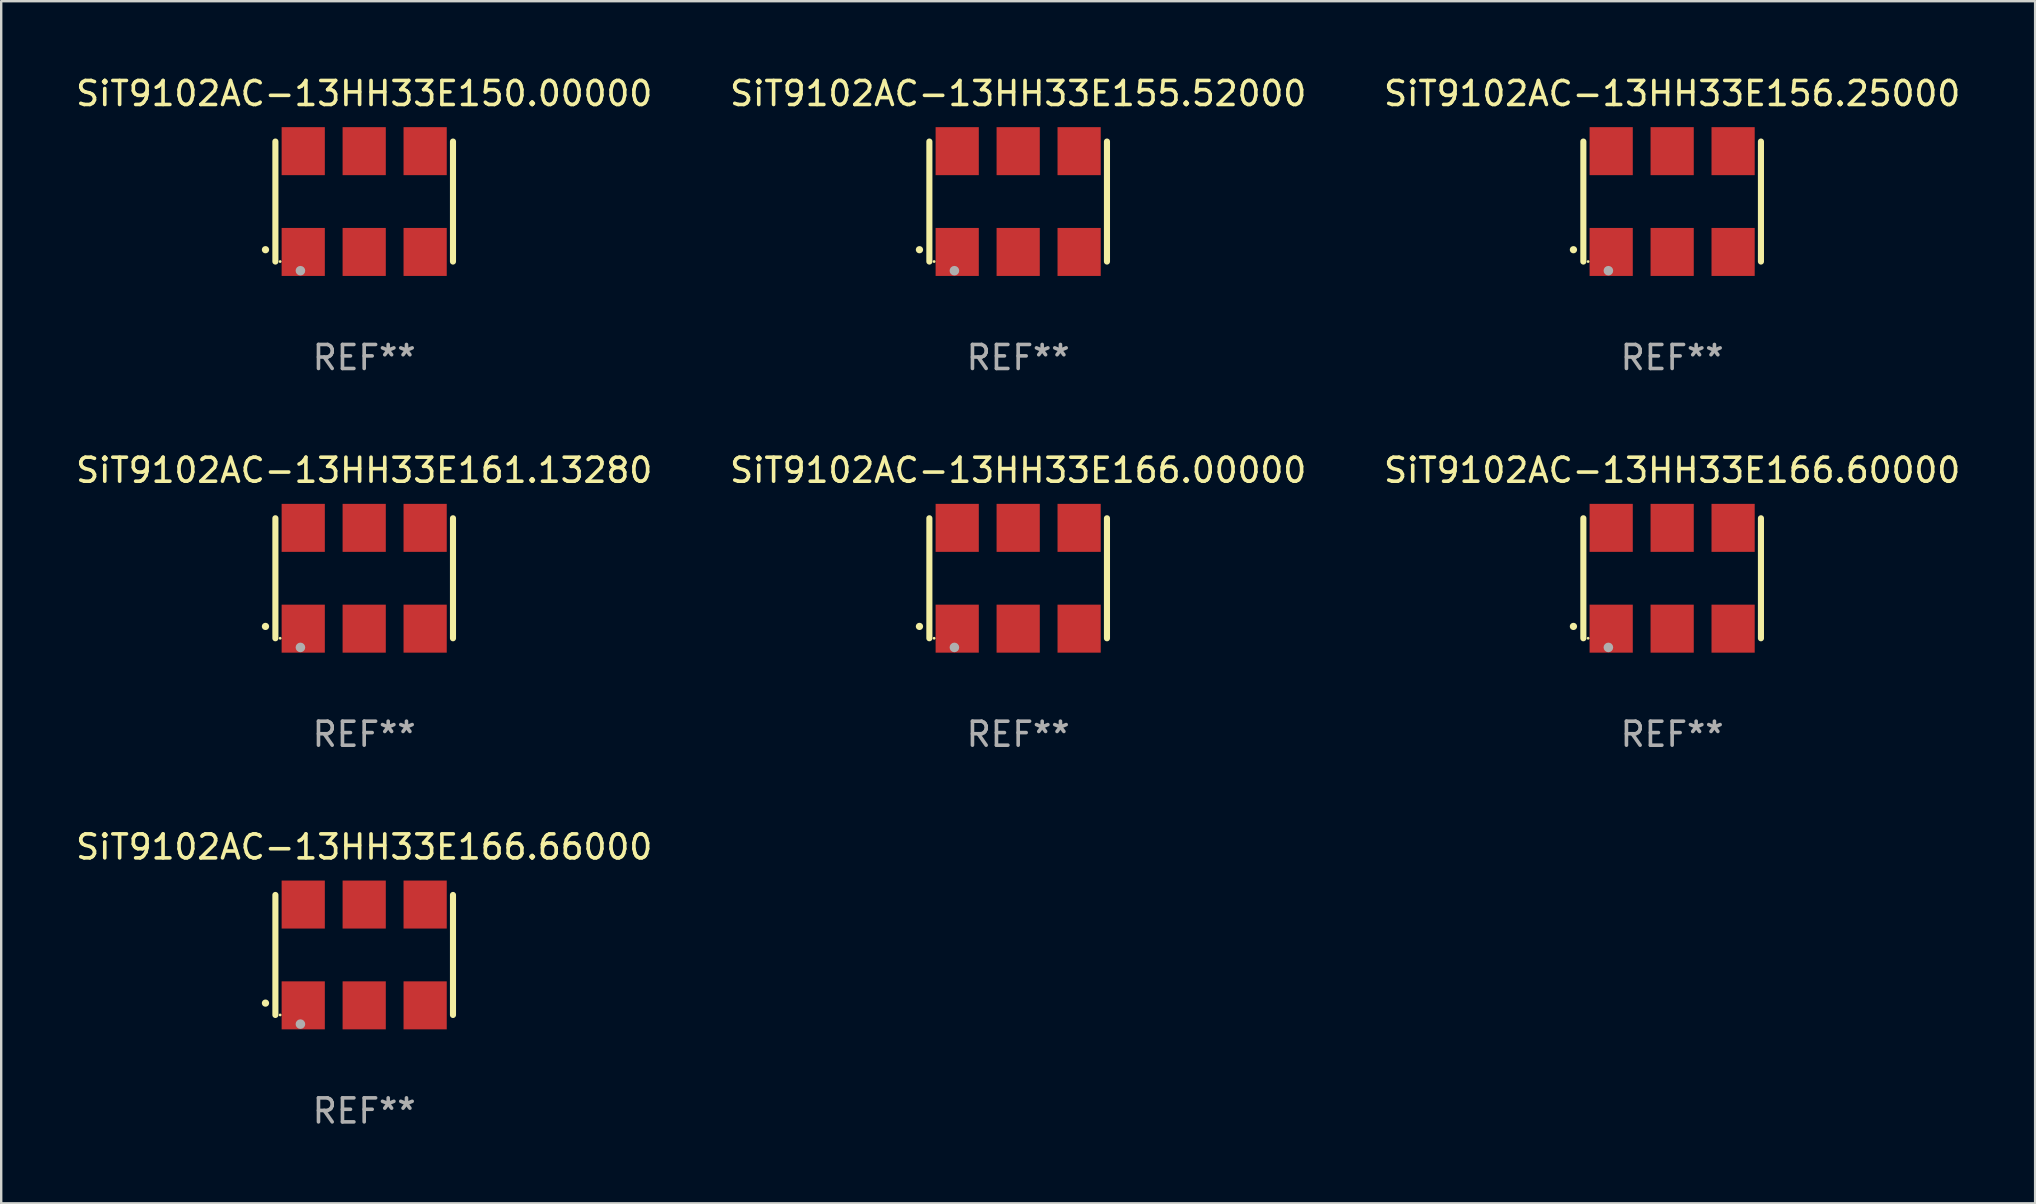
<source format=kicad_pcb>
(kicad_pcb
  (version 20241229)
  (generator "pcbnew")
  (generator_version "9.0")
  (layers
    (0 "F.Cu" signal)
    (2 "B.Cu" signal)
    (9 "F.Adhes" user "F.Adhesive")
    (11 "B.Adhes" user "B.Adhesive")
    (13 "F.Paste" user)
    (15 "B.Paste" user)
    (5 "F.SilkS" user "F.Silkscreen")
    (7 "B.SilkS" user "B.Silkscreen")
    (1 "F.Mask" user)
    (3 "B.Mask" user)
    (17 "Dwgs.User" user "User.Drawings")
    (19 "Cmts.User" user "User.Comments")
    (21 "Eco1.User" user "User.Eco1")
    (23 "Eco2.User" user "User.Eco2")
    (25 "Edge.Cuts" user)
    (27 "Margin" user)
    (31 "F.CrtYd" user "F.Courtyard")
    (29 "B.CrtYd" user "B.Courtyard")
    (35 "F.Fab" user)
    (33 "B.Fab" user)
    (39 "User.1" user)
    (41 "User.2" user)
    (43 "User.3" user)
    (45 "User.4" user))
  (footprint "SiT9102AC-13HH33E166.66000"
    (layer "F.Cu")
    (at 12.125 36.741)
    (property "Reference" "SiT9102AC-13HH33E166.66000" (at 0 -4.5 0) (layer "F.SilkS") (effects (font (size 1 1) (thickness 0.15))))
    (attr through_hole)
    (fp_line (start -3.7 -2.5) (end -3.7 2.5) (stroke (width 0.254) (type solid)) (layer "F.SilkS"))
    (fp_line (start 3.7 -2.5) (end 3.7 2.5) (stroke (width 0.254) (type solid)) (layer "F.SilkS"))
    (fp_arc (start -4.114415 2.006604) (mid -4.113145 2.006599) (end -4.111875 2.006604) (stroke (width 0.3) (type solid)) (layer "F.SilkS"))
    (fp_circle (center -3.502 2.5) (end -3.472 2.5) (stroke (width 0.06) (type solid)) (fill no) (layer "F.SilkS"))
    (fp_circle (center -2.657 2.882) (end -2.557 2.882) (stroke (width 0.2) (type solid)) (fill no) (layer "F.Fab"))
    (fp_text user "REF**" (at 0 6.5 0) (layer "F.Fab") (effects (font (size 1 1) (thickness 0.15))))
    (pad "1" smd rect (at -2.54 2.1) (size 1.8 2) (layers "F.Cu" "F.Mask" "F.Paste"))
    (pad "2" smd rect (at 0.000394 2.1) (size 1.8 2) (layers "F.Cu" "F.Mask" "F.Paste"))
    (pad "3" smd rect (at 2.54 2.1) (size 1.8 2) (layers "F.Cu" "F.Mask" "F.Paste"))
    (pad "4" smd rect (at 2.54 -2.1) (size 1.8 2) (layers "F.Cu" "F.Mask" "F.Paste"))
    (pad "5" smd rect (at 0.000394 -2.1) (size 1.8 2) (layers "F.Cu" "F.Mask" "F.Paste"))
    (pad "6" smd rect (at -2.54 -2.1) (size 1.8 2) (layers "F.Cu" "F.Mask" "F.Paste")))
  (footprint "SiT9102AC-13HH33E166.60000"
    (layer "F.Cu")
    (at 66.625 21.045)
    (property "Reference" "SiT9102AC-13HH33E166.60000" (at 0 -4.5 0) (layer "F.SilkS") (effects (font (size 1 1) (thickness 0.15))))
    (attr through_hole)
    (fp_line (start -3.7 -2.5) (end -3.7 2.5) (stroke (width 0.254) (type solid)) (layer "F.SilkS"))
    (fp_line (start 3.7 -2.5) (end 3.7 2.5) (stroke (width 0.254) (type solid)) (layer "F.SilkS"))
    (fp_arc (start -4.114415 2.006604) (mid -4.113145 2.006599) (end -4.111875 2.006604) (stroke (width 0.3) (type solid)) (layer "F.SilkS"))
    (fp_circle (center -3.502 2.5) (end -3.472 2.5) (stroke (width 0.06) (type solid)) (fill no) (layer "F.SilkS"))
    (fp_circle (center -2.657 2.882) (end -2.557 2.882) (stroke (width 0.2) (type solid)) (fill no) (layer "F.Fab"))
    (fp_text user "REF**" (at 0 6.5 0) (layer "F.Fab") (effects (font (size 1 1) (thickness 0.15))))
    (pad "1" smd rect (at -2.54 2.1) (size 1.8 2) (layers "F.Cu" "F.Mask" "F.Paste"))
    (pad "2" smd rect (at 0.000394 2.1) (size 1.8 2) (layers "F.Cu" "F.Mask" "F.Paste"))
    (pad "3" smd rect (at 2.54 2.1) (size 1.8 2) (layers "F.Cu" "F.Mask" "F.Paste"))
    (pad "4" smd rect (at 2.54 -2.1) (size 1.8 2) (layers "F.Cu" "F.Mask" "F.Paste"))
    (pad "5" smd rect (at 0.000394 -2.1) (size 1.8 2) (layers "F.Cu" "F.Mask" "F.Paste"))
    (pad "6" smd rect (at -2.54 -2.1) (size 1.8 2) (layers "F.Cu" "F.Mask" "F.Paste")))
  (footprint "SiT9102AC-13HH33E150.00000"
    (layer "F.Cu")
    (at 12.125 5.348)
    (property "Reference" "SiT9102AC-13HH33E150.00000" (at 0 -4.5 0) (layer "F.SilkS") (effects (font (size 1 1) (thickness 0.15))))
    (attr through_hole)
    (fp_line (start -3.7 -2.5) (end -3.7 2.5) (stroke (width 0.254) (type solid)) (layer "F.SilkS"))
    (fp_line (start 3.7 -2.5) (end 3.7 2.5) (stroke (width 0.254) (type solid)) (layer "F.SilkS"))
    (fp_arc (start -4.114415 2.006604) (mid -4.113145 2.006599) (end -4.111875 2.006604) (stroke (width 0.3) (type solid)) (layer "F.SilkS"))
    (fp_circle (center -3.502 2.5) (end -3.472 2.5) (stroke (width 0.06) (type solid)) (fill no) (layer "F.SilkS"))
    (fp_circle (center -2.657 2.882) (end -2.557 2.882) (stroke (width 0.2) (type solid)) (fill no) (layer "F.Fab"))
    (fp_text user "REF**" (at 0 6.5 0) (layer "F.Fab") (effects (font (size 1 1) (thickness 0.15))))
    (pad "1" smd rect (at -2.54 2.1) (size 1.8 2) (layers "F.Cu" "F.Mask" "F.Paste"))
    (pad "2" smd rect (at 0.000394 2.1) (size 1.8 2) (layers "F.Cu" "F.Mask" "F.Paste"))
    (pad "3" smd rect (at 2.54 2.1) (size 1.8 2) (layers "F.Cu" "F.Mask" "F.Paste"))
    (pad "4" smd rect (at 2.54 -2.1) (size 1.8 2) (layers "F.Cu" "F.Mask" "F.Paste"))
    (pad "5" smd rect (at 0.000394 -2.1) (size 1.8 2) (layers "F.Cu" "F.Mask" "F.Paste"))
    (pad "6" smd rect (at -2.54 -2.1) (size 1.8 2) (layers "F.Cu" "F.Mask" "F.Paste")))
  (footprint "SiT9102AC-13HH33E161.13280"
    (layer "F.Cu")
    (at 12.125 21.045)
    (property "Reference" "SiT9102AC-13HH33E161.13280" (at 0 -4.5 0) (layer "F.SilkS") (effects (font (size 1 1) (thickness 0.15))))
    (attr through_hole)
    (fp_line (start -3.7 -2.5) (end -3.7 2.5) (stroke (width 0.254) (type solid)) (layer "F.SilkS"))
    (fp_line (start 3.7 -2.5) (end 3.7 2.5) (stroke (width 0.254) (type solid)) (layer "F.SilkS"))
    (fp_arc (start -4.114415 2.006604) (mid -4.113145 2.006599) (end -4.111875 2.006604) (stroke (width 0.3) (type solid)) (layer "F.SilkS"))
    (fp_circle (center -3.502 2.5) (end -3.472 2.5) (stroke (width 0.06) (type solid)) (fill no) (layer "F.SilkS"))
    (fp_circle (center -2.657 2.882) (end -2.557 2.882) (stroke (width 0.2) (type solid)) (fill no) (layer "F.Fab"))
    (fp_text user "REF**" (at 0 6.5 0) (layer "F.Fab") (effects (font (size 1 1) (thickness 0.15))))
    (pad "1" smd rect (at -2.54 2.1) (size 1.8 2) (layers "F.Cu" "F.Mask" "F.Paste"))
    (pad "2" smd rect (at 0.000394 2.1) (size 1.8 2) (layers "F.Cu" "F.Mask" "F.Paste"))
    (pad "3" smd rect (at 2.54 2.1) (size 1.8 2) (layers "F.Cu" "F.Mask" "F.Paste"))
    (pad "4" smd rect (at 2.54 -2.1) (size 1.8 2) (layers "F.Cu" "F.Mask" "F.Paste"))
    (pad "5" smd rect (at 0.000394 -2.1) (size 1.8 2) (layers "F.Cu" "F.Mask" "F.Paste"))
    (pad "6" smd rect (at -2.54 -2.1) (size 1.8 2) (layers "F.Cu" "F.Mask" "F.Paste")))
  (footprint "SiT9102AC-13HH33E155.52000"
    (layer "F.Cu")
    (at 39.375 5.348)
    (property "Reference" "SiT9102AC-13HH33E155.52000" (at 0 -4.5 0) (layer "F.SilkS") (effects (font (size 1 1) (thickness 0.15))))
    (attr through_hole)
    (fp_line (start -3.7 -2.5) (end -3.7 2.5) (stroke (width 0.254) (type solid)) (layer "F.SilkS"))
    (fp_line (start 3.7 -2.5) (end 3.7 2.5) (stroke (width 0.254) (type solid)) (layer "F.SilkS"))
    (fp_arc (start -4.114415 2.006604) (mid -4.113145 2.006599) (end -4.111875 2.006604) (stroke (width 0.3) (type solid)) (layer "F.SilkS"))
    (fp_circle (center -3.502 2.5) (end -3.472 2.5) (stroke (width 0.06) (type solid)) (fill no) (layer "F.SilkS"))
    (fp_circle (center -2.657 2.882) (end -2.557 2.882) (stroke (width 0.2) (type solid)) (fill no) (layer "F.Fab"))
    (fp_text user "REF**" (at 0 6.5 0) (layer "F.Fab") (effects (font (size 1 1) (thickness 0.15))))
    (pad "1" smd rect (at -2.54 2.1) (size 1.8 2) (layers "F.Cu" "F.Mask" "F.Paste"))
    (pad "2" smd rect (at 0.000394 2.1) (size 1.8 2) (layers "F.Cu" "F.Mask" "F.Paste"))
    (pad "3" smd rect (at 2.54 2.1) (size 1.8 2) (layers "F.Cu" "F.Mask" "F.Paste"))
    (pad "4" smd rect (at 2.54 -2.1) (size 1.8 2) (layers "F.Cu" "F.Mask" "F.Paste"))
    (pad "5" smd rect (at 0.000394 -2.1) (size 1.8 2) (layers "F.Cu" "F.Mask" "F.Paste"))
    (pad "6" smd rect (at -2.54 -2.1) (size 1.8 2) (layers "F.Cu" "F.Mask" "F.Paste")))
  (footprint "SiT9102AC-13HH33E166.00000"
    (layer "F.Cu")
    (at 39.375 21.045)
    (property "Reference" "SiT9102AC-13HH33E166.00000" (at 0 -4.5 0) (layer "F.SilkS") (effects (font (size 1 1) (thickness 0.15))))
    (attr through_hole)
    (fp_line (start -3.7 -2.5) (end -3.7 2.5) (stroke (width 0.254) (type solid)) (layer "F.SilkS"))
    (fp_line (start 3.7 -2.5) (end 3.7 2.5) (stroke (width 0.254) (type solid)) (layer "F.SilkS"))
    (fp_arc (start -4.114415 2.006604) (mid -4.113145 2.006599) (end -4.111875 2.006604) (stroke (width 0.3) (type solid)) (layer "F.SilkS"))
    (fp_circle (center -3.502 2.5) (end -3.472 2.5) (stroke (width 0.06) (type solid)) (fill no) (layer "F.SilkS"))
    (fp_circle (center -2.657 2.882) (end -2.557 2.882) (stroke (width 0.2) (type solid)) (fill no) (layer "F.Fab"))
    (fp_text user "REF**" (at 0 6.5 0) (layer "F.Fab") (effects (font (size 1 1) (thickness 0.15))))
    (pad "1" smd rect (at -2.54 2.1) (size 1.8 2) (layers "F.Cu" "F.Mask" "F.Paste"))
    (pad "2" smd rect (at 0.000394 2.1) (size 1.8 2) (layers "F.Cu" "F.Mask" "F.Paste"))
    (pad "3" smd rect (at 2.54 2.1) (size 1.8 2) (layers "F.Cu" "F.Mask" "F.Paste"))
    (pad "4" smd rect (at 2.54 -2.1) (size 1.8 2) (layers "F.Cu" "F.Mask" "F.Paste"))
    (pad "5" smd rect (at 0.000394 -2.1) (size 1.8 2) (layers "F.Cu" "F.Mask" "F.Paste"))
    (pad "6" smd rect (at -2.54 -2.1) (size 1.8 2) (layers "F.Cu" "F.Mask" "F.Paste")))
  (footprint "SiT9102AC-13HH33E156.25000"
    (layer "F.Cu")
    (at 66.625 5.348)
    (property "Reference" "SiT9102AC-13HH33E156.25000" (at 0 -4.5 0) (layer "F.SilkS") (effects (font (size 1 1) (thickness 0.15))))
    (attr through_hole)
    (fp_line (start -3.7 -2.5) (end -3.7 2.5) (stroke (width 0.254) (type solid)) (layer "F.SilkS"))
    (fp_line (start 3.7 -2.5) (end 3.7 2.5) (stroke (width 0.254) (type solid)) (layer "F.SilkS"))
    (fp_arc (start -4.114415 2.006604) (mid -4.113145 2.006599) (end -4.111875 2.006604) (stroke (width 0.3) (type solid)) (layer "F.SilkS"))
    (fp_circle (center -3.502 2.5) (end -3.472 2.5) (stroke (width 0.06) (type solid)) (fill no) (layer "F.SilkS"))
    (fp_circle (center -2.657 2.882) (end -2.557 2.882) (stroke (width 0.2) (type solid)) (fill no) (layer "F.Fab"))
    (fp_text user "REF**" (at 0 6.5 0) (layer "F.Fab") (effects (font (size 1 1) (thickness 0.15))))
    (pad "1" smd rect (at -2.54 2.1) (size 1.8 2) (layers "F.Cu" "F.Mask" "F.Paste"))
    (pad "2" smd rect (at 0.000394 2.1) (size 1.8 2) (layers "F.Cu" "F.Mask" "F.Paste"))
    (pad "3" smd rect (at 2.54 2.1) (size 1.8 2) (layers "F.Cu" "F.Mask" "F.Paste"))
    (pad "4" smd rect (at 2.54 -2.1) (size 1.8 2) (layers "F.Cu" "F.Mask" "F.Paste"))
    (pad "5" smd rect (at 0.000394 -2.1) (size 1.8 2) (layers "F.Cu" "F.Mask" "F.Paste"))
    (pad "6" smd rect (at -2.54 -2.1) (size 1.8 2) (layers "F.Cu" "F.Mask" "F.Paste")))
  (gr_rect
    (start -3 -3)
    (end 81.75 47.09)
    (stroke (width 0.1) (type default))
    (fill no)
    (layer "Edge.Cuts")))
</source>
